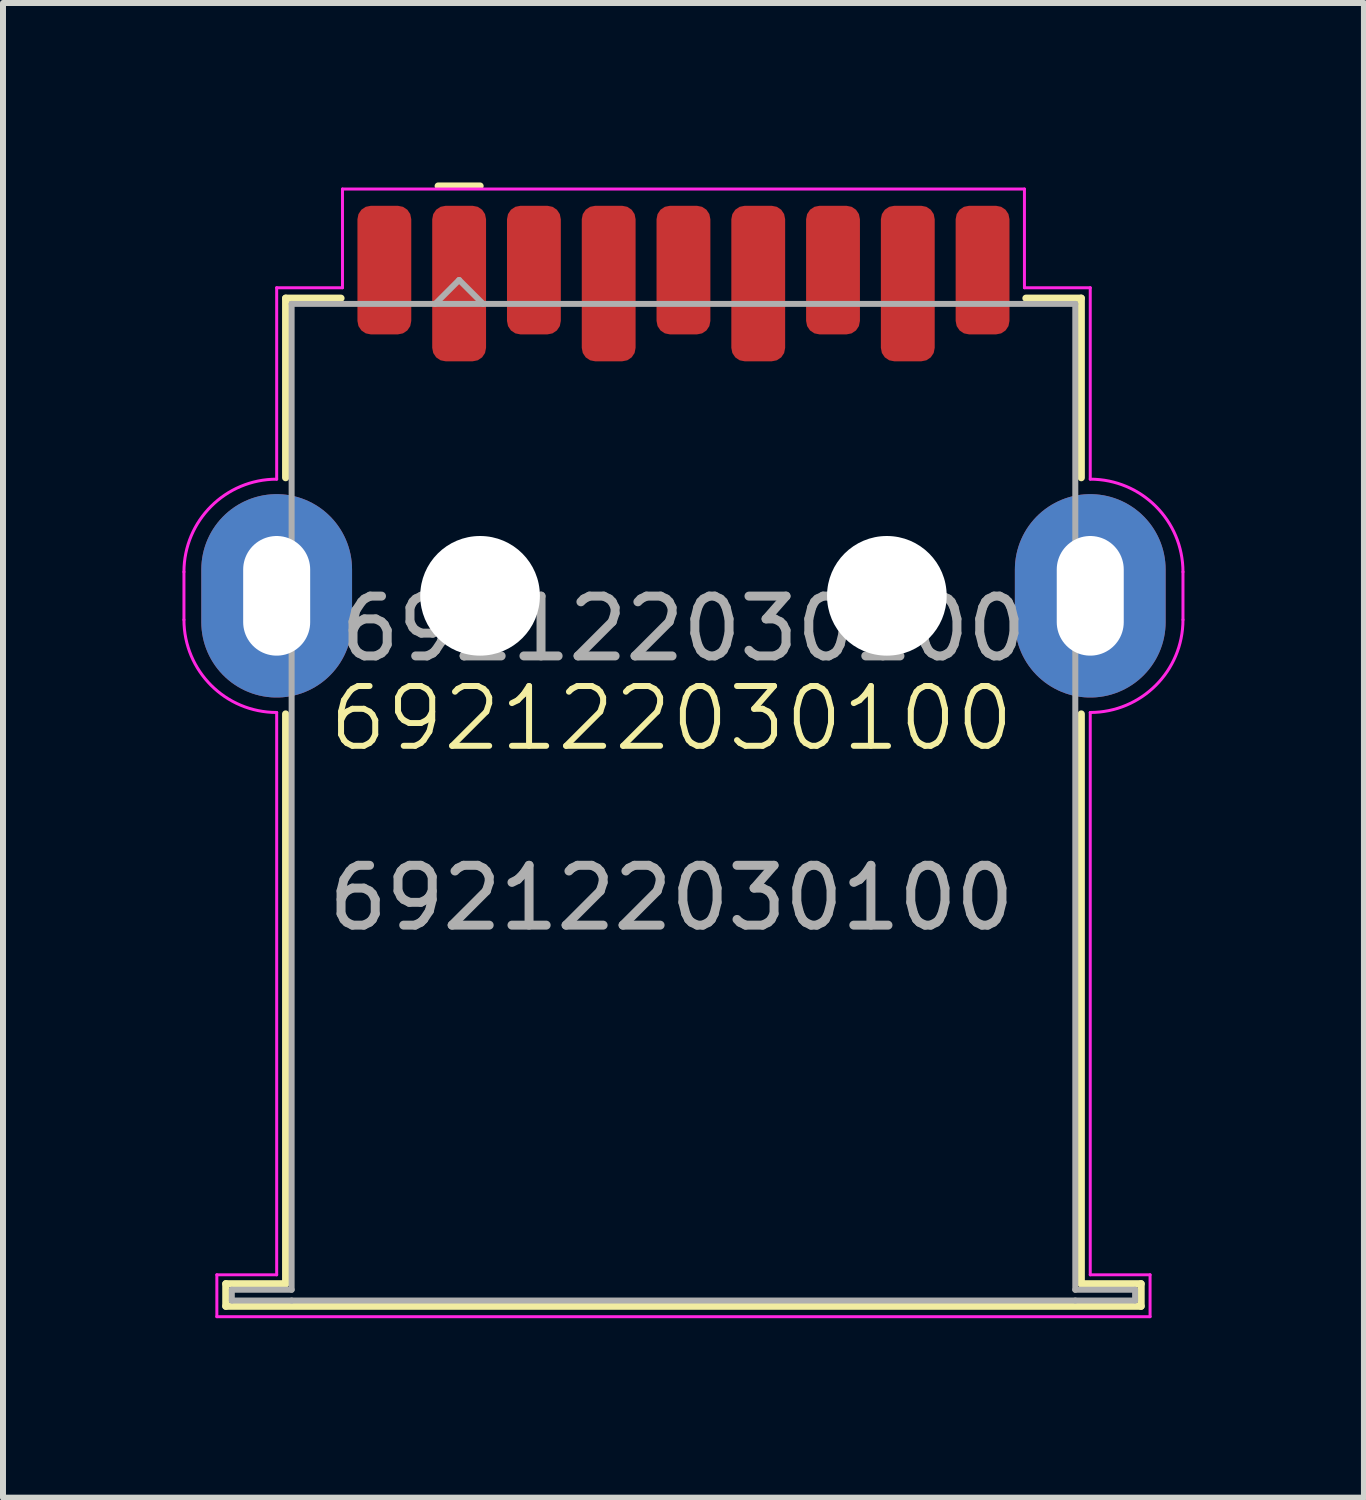
<source format=kicad_pcb>
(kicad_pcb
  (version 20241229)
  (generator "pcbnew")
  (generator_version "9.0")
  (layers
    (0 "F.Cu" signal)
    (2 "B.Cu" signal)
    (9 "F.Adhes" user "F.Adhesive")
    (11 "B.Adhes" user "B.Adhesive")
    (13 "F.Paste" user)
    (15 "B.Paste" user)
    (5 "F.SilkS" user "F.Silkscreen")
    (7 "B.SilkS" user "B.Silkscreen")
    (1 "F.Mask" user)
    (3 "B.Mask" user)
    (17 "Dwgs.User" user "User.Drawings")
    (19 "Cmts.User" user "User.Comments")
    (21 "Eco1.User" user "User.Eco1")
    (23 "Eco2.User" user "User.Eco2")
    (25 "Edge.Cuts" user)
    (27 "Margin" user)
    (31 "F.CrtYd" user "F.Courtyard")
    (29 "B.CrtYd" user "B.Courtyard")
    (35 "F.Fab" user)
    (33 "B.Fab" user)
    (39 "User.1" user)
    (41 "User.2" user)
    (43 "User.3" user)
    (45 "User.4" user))
  (footprint "692122030100"
    (layer "F.Cu")
    (at 8.175 9.46)
    (property "Reference" "692122030100" (at 0 -0.5 0) (unlocked yes) (layer "F.SilkS") (effects (font (size 1 1) (thickness 0.1))))
    (attr smd)
    (fp_line (start -7.45 8.95) (end -6.45 8.95) (stroke (width 0.12) (type solid)) (layer "F.SilkS"))
    (fp_line (start -7.45 9.325) (end -7.45 8.95) (stroke (width 0.12) (type solid)) (layer "F.SilkS"))
    (fp_line (start -7.45 9.325) (end 7.85 9.325) (stroke (width 0.12) (type solid)) (layer "F.SilkS"))
    (fp_line (start -6.45 -7.525) (end -6.45 -4.525) (stroke (width 0.12) (type solid)) (layer "F.SilkS"))
    (fp_line (start -6.45 8.95) (end -6.45 -0.575) (stroke (width 0.12) (type solid)) (layer "F.SilkS"))
    (fp_line (start -5.525 -7.525) (end -6.45 -7.525) (stroke (width 0.12) (type solid)) (layer "F.SilkS"))
    (fp_line (start -3.2 -9.4) (end -3.9 -9.4) (stroke (width 0.12) (type solid)) (layer "F.SilkS"))
    (fp_line (start 5.925 -7.525) (end 6.85 -7.525) (stroke (width 0.12) (type solid)) (layer "F.SilkS"))
    (fp_line (start 6.85 -7.525) (end 6.85 -4.525) (stroke (width 0.12) (type solid)) (layer "F.SilkS"))
    (fp_line (start 6.85 8.95) (end 6.85 -0.575) (stroke (width 0.12) (type solid)) (layer "F.SilkS"))
    (fp_line (start 7.85 8.95) (end 6.85 8.95) (stroke (width 0.12) (type solid)) (layer "F.SilkS"))
    (fp_line (start 7.85 9.325) (end 7.85 8.95) (stroke (width 0.12) (type solid)) (layer "F.SilkS"))
    (fp_line (start -8.15 -2.95) (end -8.15 -2.15) (stroke (width 0.05) (type solid)) (layer "F.CrtYd"))
    (fp_line (start -7.6 8.8) (end -7.6 9.5) (stroke (width 0.05) (type solid)) (layer "F.CrtYd"))
    (fp_line (start -7.6 9.5) (end 8 9.5) (stroke (width 0.05) (type solid)) (layer "F.CrtYd"))
    (fp_line (start -6.6 -7.7) (end -6.6 -4.5) (stroke (width 0.05) (type solid)) (layer "F.CrtYd"))
    (fp_line (start -6.6 -0.6) (end -6.6 8.8) (stroke (width 0.05) (type solid)) (layer "F.CrtYd"))
    (fp_line (start -6.6 8.8) (end -7.6 8.8) (stroke (width 0.05) (type solid)) (layer "F.CrtYd"))
    (fp_line (start -5.5 -9.35) (end -5.5 -7.7) (stroke (width 0.05) (type solid)) (layer "F.CrtYd"))
    (fp_line (start -5.5 -7.7) (end -6.6 -7.7) (stroke (width 0.05) (type solid)) (layer "F.CrtYd"))
    (fp_line (start 5.9 -9.35) (end -5.5 -9.35) (stroke (width 0.05) (type solid)) (layer "F.CrtYd"))
    (fp_line (start 5.9 -7.7) (end 5.9 -9.35) (stroke (width 0.05) (type solid)) (layer "F.CrtYd"))
    (fp_line (start 7 -7.7) (end 5.9 -7.7) (stroke (width 0.05) (type solid)) (layer "F.CrtYd"))
    (fp_line (start 7 -4.5) (end 7 -7.7) (stroke (width 0.05) (type solid)) (layer "F.CrtYd"))
    (fp_line (start 7 8.8) (end 7 -0.6) (stroke (width 0.05) (type solid)) (layer "F.CrtYd"))
    (fp_line (start 8 8.8) (end 7 8.8) (stroke (width 0.05) (type solid)) (layer "F.CrtYd"))
    (fp_line (start 8 9.5) (end 8 8.8) (stroke (width 0.05) (type solid)) (layer "F.CrtYd"))
    (fp_line (start 8.55 -2.15) (end 8.55 -2.95) (stroke (width 0.05) (type solid)) (layer "F.CrtYd"))
    (fp_arc (start -8.15 -2.95) (mid -7.696016 -4.046016) (end -6.6 -4.5) (stroke (width 0.05) (type solid)) (layer "F.CrtYd"))
    (fp_arc (start -6.6 -0.6) (mid -7.696016 -1.053984) (end -8.15 -2.15) (stroke (width 0.05) (type solid)) (layer "F.CrtYd"))
    (fp_arc (start 7 -4.5) (mid 8.096016 -4.046016) (end 8.55 -2.95) (stroke (width 0.05) (type solid)) (layer "F.CrtYd"))
    (fp_arc (start 8.55 -2.15) (mid 8.096016 -1.053984) (end 7 -0.6) (stroke (width 0.05) (type solid)) (layer "F.CrtYd"))
    (fp_line (start -7.35 9.05) (end -7.35 9.23) (stroke (width 0.1) (type solid)) (layer "F.Fab"))
    (fp_line (start -6.35 -7.43) (end 6.75 -7.43) (stroke (width 0.1) (type solid)) (layer "F.Fab"))
    (fp_line (start -6.35 9.05) (end -7.35 9.05) (stroke (width 0.1) (type solid)) (layer "F.Fab"))
    (fp_line (start -6.35 9.05) (end -6.35 -7.43) (stroke (width 0.1) (type solid)) (layer "F.Fab"))
    (fp_line (start -6.35 9.23) (end -7.35 9.23) (stroke (width 0.1) (type solid)) (layer "F.Fab"))
    (fp_line (start -3.55 -7.83) (end -3.95 -7.43) (stroke (width 0.1) (type solid)) (layer "F.Fab"))
    (fp_line (start -3.55 -7.83) (end -3.15 -7.43) (stroke (width 0.1) (type solid)) (layer "F.Fab"))
    (fp_line (start 6.75 -7.43) (end 6.75 9.05) (stroke (width 0.1) (type solid)) (layer "F.Fab"))
    (fp_line (start 6.75 9.05) (end 7.75 9.05) (stroke (width 0.1) (type solid)) (layer "F.Fab"))
    (fp_line (start 6.75 9.23) (end -6.35 9.23) (stroke (width 0.1) (type solid)) (layer "F.Fab"))
    (fp_line (start 6.75 9.23) (end 7.75 9.23) (stroke (width 0.1) (type solid)) (layer "F.Fab"))
    (fp_line (start 7.75 9.05) (end 7.75 9.23) (stroke (width 0.1) (type solid)) (layer "F.Fab"))
    (fp_text user "${REFERENCE}" (at 0.2 -2 0) (layer "F.Fab") (effects (font (size 1 1) (thickness 0.15))))
    (fp_text user "${REFERENCE}" (at 0 2.5 0) (unlocked yes) (layer "F.Fab") (effects (font (size 1 1) (thickness 0.15))))
    (pad "" np_thru_hole circle (at -3.2 -2.55) (size 2 2) (drill 2) (layers "*.Cu" "*.Mask"))
    (pad "" np_thru_hole circle (at 3.6 -2.55) (size 2 2) (drill 2) (layers "*.Cu" "*.Mask"))
    (pad "1" smd roundrect (at -3.55 -7.77) (size 0.9 2.6) (layers "F.Cu" "F.Mask" "F.Paste") (roundrect_rratio 0.25))
    (pad "2" smd roundrect (at -1.05 -7.77) (size 0.9 2.6) (layers "F.Cu" "F.Mask" "F.Paste") (roundrect_rratio 0.25))
    (pad "3" smd roundrect (at 1.45 -7.77) (size 0.9 2.6) (layers "F.Cu" "F.Mask" "F.Paste") (roundrect_rratio 0.25))
    (pad "4" smd roundrect (at 3.95 -7.77) (size 0.9 2.6) (layers "F.Cu" "F.Mask" "F.Paste") (roundrect_rratio 0.25))
    (pad "5" smd roundrect (at 5.2 -7.995) (size 0.9 2.15) (layers "F.Cu" "F.Mask" "F.Paste") (roundrect_rratio 0.25))
    (pad "6" smd roundrect (at 2.7 -7.995) (size 0.9 2.15) (layers "F.Cu" "F.Mask" "F.Paste") (roundrect_rratio 0.25))
    (pad "7" smd roundrect (at 0.2 -7.995) (size 0.9 2.15) (layers "F.Cu" "F.Mask" "F.Paste") (roundrect_rratio 0.25))
    (pad "8" smd roundrect (at -2.3 -7.995) (size 0.9 2.15) (layers "F.Cu" "F.Mask" "F.Paste") (roundrect_rratio 0.25))
    (pad "9" smd roundrect (at -4.8 -7.995) (size 0.9 2.15) (layers "F.Cu" "F.Mask" "F.Paste") (roundrect_rratio 0.25))
    (pad "10" thru_hole oval (at -6.6 -2.55) (size 2.52 3.4) (drill oval 1.12 2) (property pad_prop_heatsink) (layers "*.Cu" "*.Mask"))
    (pad "10" thru_hole oval (at 7 -2.55) (size 2.52 3.4) (drill oval 1.12 2) (property pad_prop_heatsink) (layers "*.Cu" "*.Mask")))
  (gr_rect
    (start -3 -3)
    (end 19.75 21.985)
    (stroke (width 0.1) (type default))
    (fill no)
    (layer "Edge.Cuts")))
</source>
